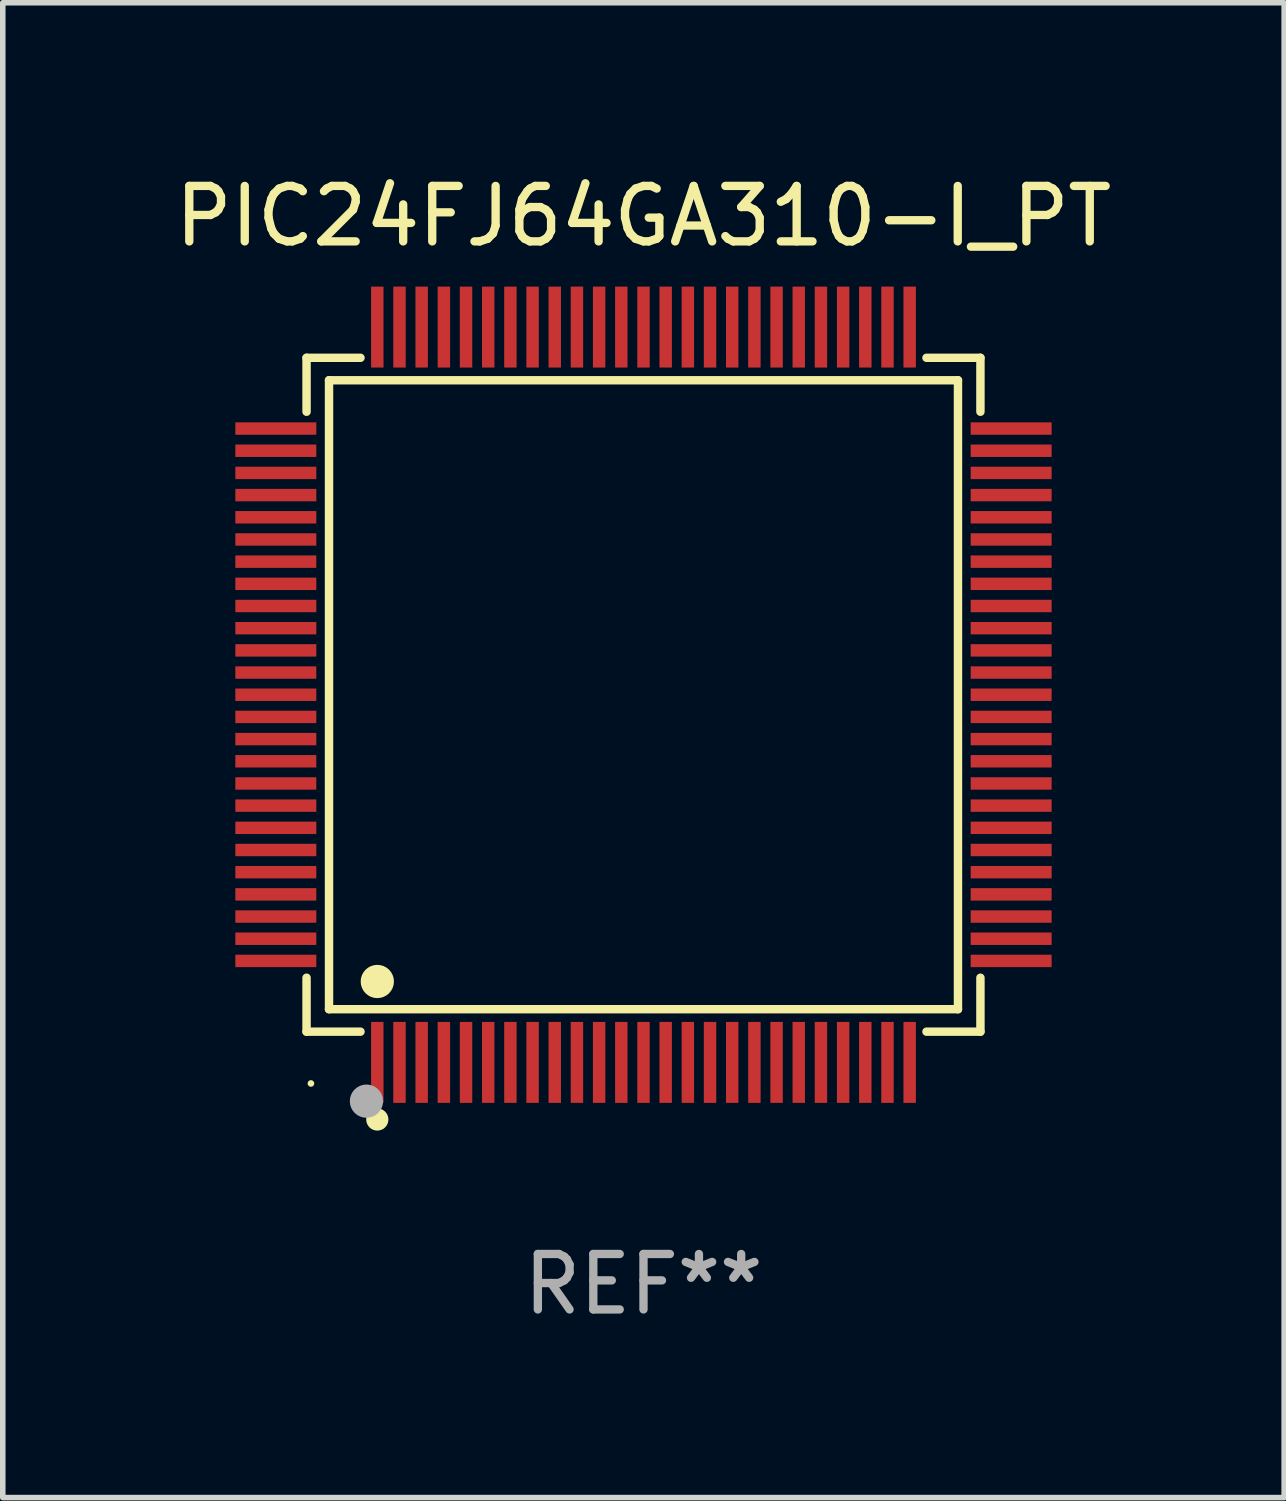
<source format=kicad_pcb>
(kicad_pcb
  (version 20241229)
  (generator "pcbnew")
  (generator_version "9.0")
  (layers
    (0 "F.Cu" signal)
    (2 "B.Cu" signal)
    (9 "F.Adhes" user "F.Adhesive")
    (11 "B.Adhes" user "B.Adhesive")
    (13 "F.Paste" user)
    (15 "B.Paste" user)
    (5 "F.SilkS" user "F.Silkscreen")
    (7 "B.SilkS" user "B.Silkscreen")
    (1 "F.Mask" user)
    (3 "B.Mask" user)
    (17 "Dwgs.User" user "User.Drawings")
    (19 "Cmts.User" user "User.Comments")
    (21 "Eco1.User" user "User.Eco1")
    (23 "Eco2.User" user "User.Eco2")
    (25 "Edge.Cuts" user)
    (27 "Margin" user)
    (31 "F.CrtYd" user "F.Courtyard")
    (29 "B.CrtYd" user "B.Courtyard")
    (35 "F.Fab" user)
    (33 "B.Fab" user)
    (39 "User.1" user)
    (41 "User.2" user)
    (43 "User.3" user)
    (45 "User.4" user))
  (footprint "PIC24FJ64GA310-I_PT"
    (layer "F.Cu")
    (at 8.554 9.478)
    (property "Reference" "PIC24FJ64GA310-I_PT" (at 0 -8.63 0) (layer "F.SilkS") (effects (font (size 1 1) (thickness 0.15))))
    (attr through_hole)
    (fp_line (start -6.076 -6.076) (end -5.103 -6.076) (stroke (width 0.152) (type solid)) (layer "F.SilkS"))
    (fp_line (start -6.076 -5.103) (end -6.076 -6.076) (stroke (width 0.152) (type solid)) (layer "F.SilkS"))
    (fp_line (start -6.076 5.103) (end -6.076 6.076) (stroke (width 0.152) (type solid)) (layer "F.SilkS"))
    (fp_line (start -6.076 6.076) (end -5.103 6.076) (stroke (width 0.152) (type solid)) (layer "F.SilkS"))
    (fp_line (start -5.671 -5.671) (end 5.671 -5.671) (stroke (width 0.152) (type solid)) (layer "F.SilkS"))
    (fp_line (start -5.671 5.671) (end -5.671 -5.671) (stroke (width 0.152) (type solid)) (layer "F.SilkS"))
    (fp_line (start 5.671 -5.671) (end 5.671 5.671) (stroke (width 0.152) (type solid)) (layer "F.SilkS"))
    (fp_line (start 5.671 5.671) (end -5.671 5.671) (stroke (width 0.152) (type solid)) (layer "F.SilkS"))
    (fp_line (start 6.076 -6.076) (end 5.103 -6.076) (stroke (width 0.152) (type solid)) (layer "F.SilkS"))
    (fp_line (start 6.076 -5.103) (end 6.076 -6.076) (stroke (width 0.152) (type solid)) (layer "F.SilkS"))
    (fp_line (start 6.076 5.103) (end 6.076 6.076) (stroke (width 0.152) (type solid)) (layer "F.SilkS"))
    (fp_line (start 6.076 6.076) (end 5.103 6.076) (stroke (width 0.152) (type solid)) (layer "F.SilkS"))
    (fp_circle (center -5.997 7.01) (end -5.967 7.01) (stroke (width 0.06) (type solid)) (fill no) (layer "F.SilkS"))
    (fp_circle (center -4.8 5.171) (end -4.65 5.171) (stroke (width 0.3) (type solid)) (fill no) (layer "F.SilkS"))
    (fp_circle (center -4.8 7.66) (end -4.7 7.66) (stroke (width 0.2) (type solid)) (fill no) (layer "F.SilkS"))
    (fp_circle (center -4.996 7.329) (end -4.846 7.329) (stroke (width 0.3) (type solid)) (fill no) (layer "F.Fab"))
    (fp_text user "REF**" (at 0 10.63 0) (layer "F.Fab") (effects (font (size 1 1) (thickness 0.15))))
    (pad "1" smd rect (at -4.8 6.63) (size 0.224 1.46) (layers "F.Cu" "F.Mask" "F.Paste"))
    (pad "2" smd rect (at -4.4 6.63) (size 0.224 1.46) (layers "F.Cu" "F.Mask" "F.Paste"))
    (pad "3" smd rect (at -4 6.63) (size 0.224 1.46) (layers "F.Cu" "F.Mask" "F.Paste"))
    (pad "4" smd rect (at -3.6 6.63) (size 0.224 1.46) (layers "F.Cu" "F.Mask" "F.Paste"))
    (pad "5" smd rect (at -3.2 6.63) (size 0.224 1.46) (layers "F.Cu" "F.Mask" "F.Paste"))
    (pad "6" smd rect (at -2.8 6.63) (size 0.224 1.46) (layers "F.Cu" "F.Mask" "F.Paste"))
    (pad "7" smd rect (at -2.4 6.63) (size 0.224 1.46) (layers "F.Cu" "F.Mask" "F.Paste"))
    (pad "8" smd rect (at -2 6.63) (size 0.224 1.46) (layers "F.Cu" "F.Mask" "F.Paste"))
    (pad "9" smd rect (at -1.6 6.63) (size 0.224 1.46) (layers "F.Cu" "F.Mask" "F.Paste"))
    (pad "10" smd rect (at -1.2 6.63) (size 0.224 1.46) (layers "F.Cu" "F.Mask" "F.Paste"))
    (pad "11" smd rect (at -0.8 6.63) (size 0.224 1.46) (layers "F.Cu" "F.Mask" "F.Paste"))
    (pad "12" smd rect (at -0.4 6.63) (size 0.224 1.46) (layers "F.Cu" "F.Mask" "F.Paste"))
    (pad "13" smd rect (at 0 6.63) (size 0.224 1.46) (layers "F.Cu" "F.Mask" "F.Paste"))
    (pad "14" smd rect (at 0.4 6.63) (size 0.224 1.46) (layers "F.Cu" "F.Mask" "F.Paste"))
    (pad "15" smd rect (at 0.8 6.63) (size 0.224 1.46) (layers "F.Cu" "F.Mask" "F.Paste"))
    (pad "16" smd rect (at 1.2 6.63) (size 0.224 1.46) (layers "F.Cu" "F.Mask" "F.Paste"))
    (pad "17" smd rect (at 1.6 6.63) (size 0.224 1.46) (layers "F.Cu" "F.Mask" "F.Paste"))
    (pad "18" smd rect (at 2 6.63) (size 0.224 1.46) (layers "F.Cu" "F.Mask" "F.Paste"))
    (pad "19" smd rect (at 2.4 6.63) (size 0.224 1.46) (layers "F.Cu" "F.Mask" "F.Paste"))
    (pad "20" smd rect (at 2.8 6.63) (size 0.224 1.46) (layers "F.Cu" "F.Mask" "F.Paste"))
    (pad "21" smd rect (at 3.2 6.63) (size 0.224 1.46) (layers "F.Cu" "F.Mask" "F.Paste"))
    (pad "22" smd rect (at 3.6 6.63) (size 0.224 1.46) (layers "F.Cu" "F.Mask" "F.Paste"))
    (pad "23" smd rect (at 4 6.63) (size 0.224 1.46) (layers "F.Cu" "F.Mask" "F.Paste"))
    (pad "24" smd rect (at 4.4 6.63) (size 0.224 1.46) (layers "F.Cu" "F.Mask" "F.Paste"))
    (pad "25" smd rect (at 4.8 6.63) (size 0.224 1.46) (layers "F.Cu" "F.Mask" "F.Paste"))
    (pad "26" smd rect (at 6.63 4.8) (size 1.46 0.224) (layers "F.Cu" "F.Mask" "F.Paste"))
    (pad "27" smd rect (at 6.63 4.4) (size 1.46 0.224) (layers "F.Cu" "F.Mask" "F.Paste"))
    (pad "28" smd rect (at 6.63 4) (size 1.46 0.224) (layers "F.Cu" "F.Mask" "F.Paste"))
    (pad "29" smd rect (at 6.63 3.6) (size 1.46 0.224) (layers "F.Cu" "F.Mask" "F.Paste"))
    (pad "30" smd rect (at 6.63 3.2) (size 1.46 0.224) (layers "F.Cu" "F.Mask" "F.Paste"))
    (pad "31" smd rect (at 6.63 2.8) (size 1.46 0.224) (layers "F.Cu" "F.Mask" "F.Paste"))
    (pad "32" smd rect (at 6.63 2.4) (size 1.46 0.224) (layers "F.Cu" "F.Mask" "F.Paste"))
    (pad "33" smd rect (at 6.63 2) (size 1.46 0.224) (layers "F.Cu" "F.Mask" "F.Paste"))
    (pad "34" smd rect (at 6.63 1.6) (size 1.46 0.224) (layers "F.Cu" "F.Mask" "F.Paste"))
    (pad "35" smd rect (at 6.63 1.2) (size 1.46 0.224) (layers "F.Cu" "F.Mask" "F.Paste"))
    (pad "36" smd rect (at 6.63 0.8) (size 1.46 0.224) (layers "F.Cu" "F.Mask" "F.Paste"))
    (pad "37" smd rect (at 6.63 0.4) (size 1.46 0.224) (layers "F.Cu" "F.Mask" "F.Paste"))
    (pad "38" smd rect (at 6.63 0) (size 1.46 0.224) (layers "F.Cu" "F.Mask" "F.Paste"))
    (pad "39" smd rect (at 6.63 -0.4) (size 1.46 0.224) (layers "F.Cu" "F.Mask" "F.Paste"))
    (pad "40" smd rect (at 6.63 -0.8) (size 1.46 0.224) (layers "F.Cu" "F.Mask" "F.Paste"))
    (pad "41" smd rect (at 6.63 -1.2) (size 1.46 0.224) (layers "F.Cu" "F.Mask" "F.Paste"))
    (pad "42" smd rect (at 6.63 -1.6) (size 1.46 0.224) (layers "F.Cu" "F.Mask" "F.Paste"))
    (pad "43" smd rect (at 6.63 -2) (size 1.46 0.224) (layers "F.Cu" "F.Mask" "F.Paste"))
    (pad "44" smd rect (at 6.63 -2.4) (size 1.46 0.224) (layers "F.Cu" "F.Mask" "F.Paste"))
    (pad "45" smd rect (at 6.63 -2.8) (size 1.46 0.224) (layers "F.Cu" "F.Mask" "F.Paste"))
    (pad "46" smd rect (at 6.63 -3.2) (size 1.46 0.224) (layers "F.Cu" "F.Mask" "F.Paste"))
    (pad "47" smd rect (at 6.63 -3.6) (size 1.46 0.224) (layers "F.Cu" "F.Mask" "F.Paste"))
    (pad "48" smd rect (at 6.63 -4) (size 1.46 0.224) (layers "F.Cu" "F.Mask" "F.Paste"))
    (pad "49" smd rect (at 6.63 -4.4) (size 1.46 0.224) (layers "F.Cu" "F.Mask" "F.Paste"))
    (pad "50" smd rect (at 6.63 -4.8) (size 1.46 0.224) (layers "F.Cu" "F.Mask" "F.Paste"))
    (pad "51" smd rect (at 4.8 -6.63) (size 0.224 1.46) (layers "F.Cu" "F.Mask" "F.Paste"))
    (pad "52" smd rect (at 4.4 -6.63) (size 0.224 1.46) (layers "F.Cu" "F.Mask" "F.Paste"))
    (pad "53" smd rect (at 4 -6.63) (size 0.224 1.46) (layers "F.Cu" "F.Mask" "F.Paste"))
    (pad "54" smd rect (at 3.6 -6.63) (size 0.224 1.46) (layers "F.Cu" "F.Mask" "F.Paste"))
    (pad "55" smd rect (at 3.2 -6.63) (size 0.224 1.46) (layers "F.Cu" "F.Mask" "F.Paste"))
    (pad "56" smd rect (at 2.8 -6.63) (size 0.224 1.46) (layers "F.Cu" "F.Mask" "F.Paste"))
    (pad "57" smd rect (at 2.4 -6.63) (size 0.224 1.46) (layers "F.Cu" "F.Mask" "F.Paste"))
    (pad "58" smd rect (at 2 -6.63) (size 0.224 1.46) (layers "F.Cu" "F.Mask" "F.Paste"))
    (pad "59" smd rect (at 1.6 -6.63) (size 0.224 1.46) (layers "F.Cu" "F.Mask" "F.Paste"))
    (pad "60" smd rect (at 1.2 -6.63) (size 0.224 1.46) (layers "F.Cu" "F.Mask" "F.Paste"))
    (pad "61" smd rect (at 0.8 -6.63) (size 0.224 1.46) (layers "F.Cu" "F.Mask" "F.Paste"))
    (pad "62" smd rect (at 0.4 -6.63) (size 0.224 1.46) (layers "F.Cu" "F.Mask" "F.Paste"))
    (pad "63" smd rect (at 0 -6.63) (size 0.224 1.46) (layers "F.Cu" "F.Mask" "F.Paste"))
    (pad "64" smd rect (at -0.4 -6.63) (size 0.224 1.46) (layers "F.Cu" "F.Mask" "F.Paste"))
    (pad "65" smd rect (at -0.8 -6.63) (size 0.224 1.46) (layers "F.Cu" "F.Mask" "F.Paste"))
    (pad "66" smd rect (at -1.2 -6.63) (size 0.224 1.46) (layers "F.Cu" "F.Mask" "F.Paste"))
    (pad "67" smd rect (at -1.6 -6.63) (size 0.224 1.46) (layers "F.Cu" "F.Mask" "F.Paste"))
    (pad "68" smd rect (at -2 -6.63) (size 0.224 1.46) (layers "F.Cu" "F.Mask" "F.Paste"))
    (pad "69" smd rect (at -2.4 -6.63) (size 0.224 1.46) (layers "F.Cu" "F.Mask" "F.Paste"))
    (pad "70" smd rect (at -2.8 -6.63) (size 0.224 1.46) (layers "F.Cu" "F.Mask" "F.Paste"))
    (pad "71" smd rect (at -3.2 -6.63) (size 0.224 1.46) (layers "F.Cu" "F.Mask" "F.Paste"))
    (pad "72" smd rect (at -3.6 -6.63) (size 0.224 1.46) (layers "F.Cu" "F.Mask" "F.Paste"))
    (pad "73" smd rect (at -4 -6.63) (size 0.224 1.46) (layers "F.Cu" "F.Mask" "F.Paste"))
    (pad "74" smd rect (at -4.4 -6.63) (size 0.224 1.46) (layers "F.Cu" "F.Mask" "F.Paste"))
    (pad "75" smd rect (at -4.8 -6.63) (size 0.224 1.46) (layers "F.Cu" "F.Mask" "F.Paste"))
    (pad "76" smd rect (at -6.63 -4.8) (size 1.46 0.224) (layers "F.Cu" "F.Mask" "F.Paste"))
    (pad "77" smd rect (at -6.63 -4.4) (size 1.46 0.224) (layers "F.Cu" "F.Mask" "F.Paste"))
    (pad "78" smd rect (at -6.63 -4) (size 1.46 0.224) (layers "F.Cu" "F.Mask" "F.Paste"))
    (pad "79" smd rect (at -6.63 -3.6) (size 1.46 0.224) (layers "F.Cu" "F.Mask" "F.Paste"))
    (pad "80" smd rect (at -6.63 -3.2) (size 1.46 0.224) (layers "F.Cu" "F.Mask" "F.Paste"))
    (pad "81" smd rect (at -6.63 -2.8) (size 1.46 0.224) (layers "F.Cu" "F.Mask" "F.Paste"))
    (pad "82" smd rect (at -6.63 -2.4) (size 1.46 0.224) (layers "F.Cu" "F.Mask" "F.Paste"))
    (pad "83" smd rect (at -6.63 -2) (size 1.46 0.224) (layers "F.Cu" "F.Mask" "F.Paste"))
    (pad "84" smd rect (at -6.63 -1.6) (size 1.46 0.224) (layers "F.Cu" "F.Mask" "F.Paste"))
    (pad "85" smd rect (at -6.63 -1.2) (size 1.46 0.224) (layers "F.Cu" "F.Mask" "F.Paste"))
    (pad "86" smd rect (at -6.63 -0.8) (size 1.46 0.224) (layers "F.Cu" "F.Mask" "F.Paste"))
    (pad "87" smd rect (at -6.63 -0.4) (size 1.46 0.224) (layers "F.Cu" "F.Mask" "F.Paste"))
    (pad "88" smd rect (at -6.63 0) (size 1.46 0.224) (layers "F.Cu" "F.Mask" "F.Paste"))
    (pad "89" smd rect (at -6.63 0.4) (size 1.46 0.224) (layers "F.Cu" "F.Mask" "F.Paste"))
    (pad "90" smd rect (at -6.63 0.8) (size 1.46 0.224) (layers "F.Cu" "F.Mask" "F.Paste"))
    (pad "91" smd rect (at -6.63 1.2) (size 1.46 0.224) (layers "F.Cu" "F.Mask" "F.Paste"))
    (pad "92" smd rect (at -6.63 1.6) (size 1.46 0.224) (layers "F.Cu" "F.Mask" "F.Paste"))
    (pad "93" smd rect (at -6.63 2) (size 1.46 0.224) (layers "F.Cu" "F.Mask" "F.Paste"))
    (pad "94" smd rect (at -6.63 2.4) (size 1.46 0.224) (layers "F.Cu" "F.Mask" "F.Paste"))
    (pad "95" smd rect (at -6.63 2.8) (size 1.46 0.224) (layers "F.Cu" "F.Mask" "F.Paste"))
    (pad "96" smd rect (at -6.63 3.2) (size 1.46 0.224) (layers "F.Cu" "F.Mask" "F.Paste"))
    (pad "97" smd rect (at -6.63 3.6) (size 1.46 0.224) (layers "F.Cu" "F.Mask" "F.Paste"))
    (pad "98" smd rect (at -6.63 4) (size 1.46 0.224) (layers "F.Cu" "F.Mask" "F.Paste"))
    (pad "99" smd rect (at -6.63 4.4) (size 1.46 0.224) (layers "F.Cu" "F.Mask" "F.Paste"))
    (pad "100" smd rect (at -6.63 4.8) (size 1.46 0.224) (layers "F.Cu" "F.Mask" "F.Paste")))
  (gr_rect
    (start -3 -3)
    (end 20.107 23.956)
    (stroke (width 0.1) (type default))
    (fill no)
    (layer "Edge.Cuts")))
</source>
